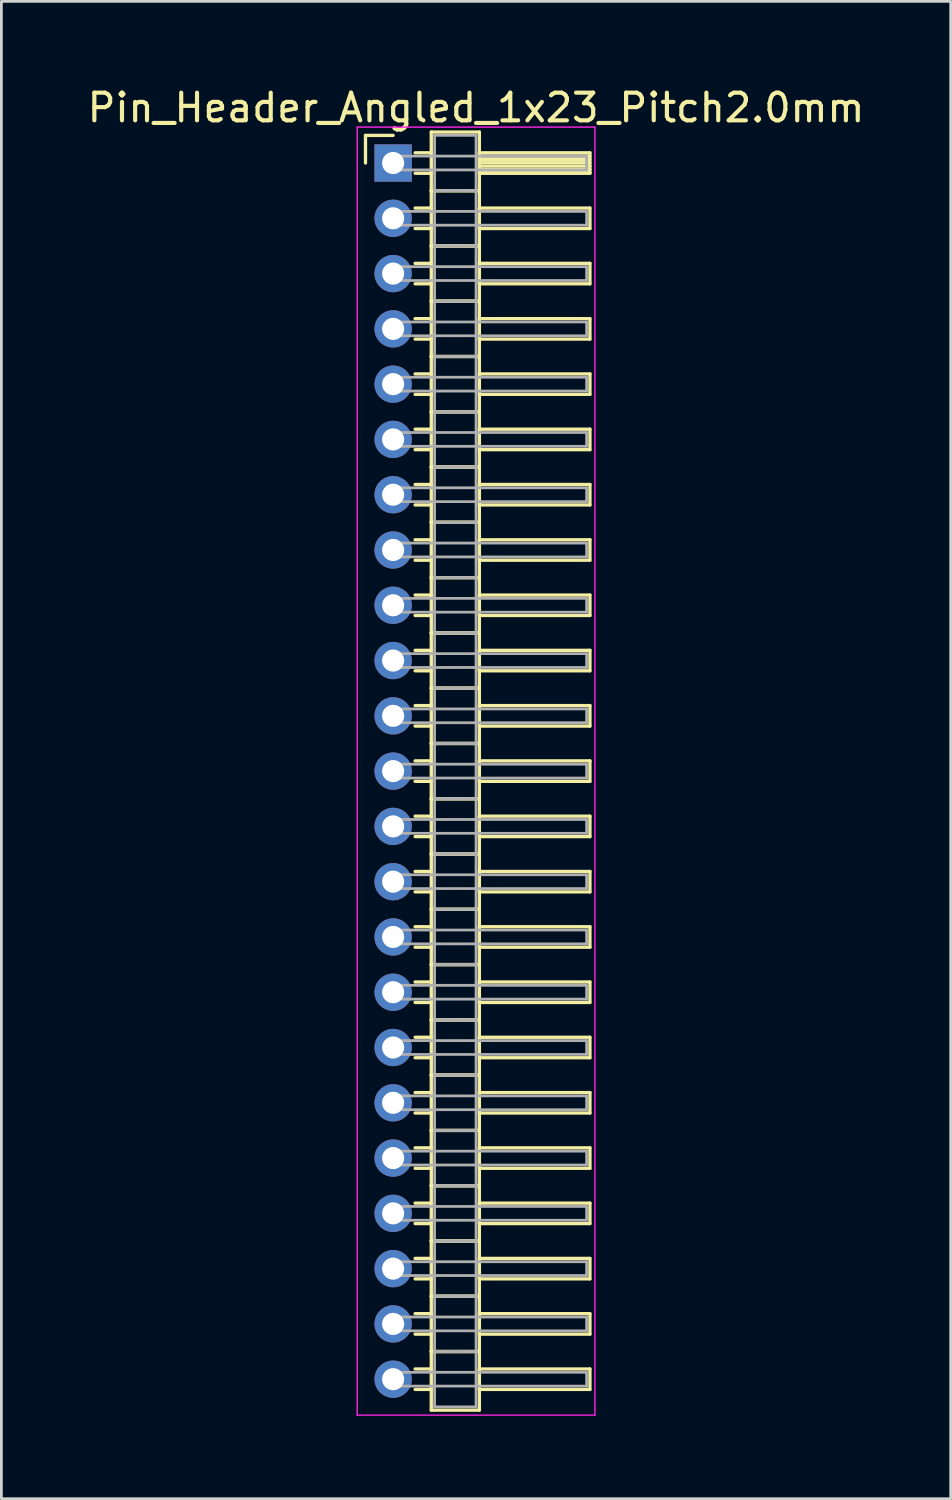
<source format=kicad_pcb>
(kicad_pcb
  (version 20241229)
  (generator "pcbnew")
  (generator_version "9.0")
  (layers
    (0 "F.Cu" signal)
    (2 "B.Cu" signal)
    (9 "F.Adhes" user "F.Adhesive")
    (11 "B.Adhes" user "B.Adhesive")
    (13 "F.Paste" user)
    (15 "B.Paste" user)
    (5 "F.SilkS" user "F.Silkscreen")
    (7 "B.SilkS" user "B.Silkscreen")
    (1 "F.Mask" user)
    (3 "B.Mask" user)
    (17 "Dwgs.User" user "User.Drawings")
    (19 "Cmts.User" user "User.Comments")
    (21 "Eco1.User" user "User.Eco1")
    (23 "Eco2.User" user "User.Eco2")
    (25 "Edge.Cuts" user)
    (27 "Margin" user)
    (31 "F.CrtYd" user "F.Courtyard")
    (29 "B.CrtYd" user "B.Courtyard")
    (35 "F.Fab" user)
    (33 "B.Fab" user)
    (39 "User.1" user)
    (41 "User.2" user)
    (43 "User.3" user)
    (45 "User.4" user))
  (footprint "Pin_Header_Angled_1x23_Pitch2.0mm"
    (layer "F.Cu")
    (at 11.173 2.848)
    (property "Reference" "Pin_Header_Angled_1x23_Pitch2.0mm" (at 3 -2 0) (layer "F.SilkS") (effects (font (size 1 1) (thickness 0.15))))
    (attr through_hole)
    (fp_line (start -1 -1) (end 0 -1) (stroke (width 0.12) (type solid)) (layer "F.SilkS"))
    (fp_line (start -1 0) (end -1 -1) (stroke (width 0.12) (type solid)) (layer "F.SilkS"))
    (fp_line (start 0.795 -0.37) (end 1.38 -0.37) (stroke (width 0.12) (type solid)) (layer "F.SilkS"))
    (fp_line (start 0.795 0.37) (end 1.38 0.37) (stroke (width 0.12) (type solid)) (layer "F.SilkS"))
    (fp_line (start 0.795 1.63) (end 1.38 1.63) (stroke (width 0.12) (type solid)) (layer "F.SilkS"))
    (fp_line (start 0.795 2.37) (end 1.38 2.37) (stroke (width 0.12) (type solid)) (layer "F.SilkS"))
    (fp_line (start 0.795 3.63) (end 1.38 3.63) (stroke (width 0.12) (type solid)) (layer "F.SilkS"))
    (fp_line (start 0.795 4.37) (end 1.38 4.37) (stroke (width 0.12) (type solid)) (layer "F.SilkS"))
    (fp_line (start 0.795 5.63) (end 1.38 5.63) (stroke (width 0.12) (type solid)) (layer "F.SilkS"))
    (fp_line (start 0.795 6.37) (end 1.38 6.37) (stroke (width 0.12) (type solid)) (layer "F.SilkS"))
    (fp_line (start 0.795 7.63) (end 1.38 7.63) (stroke (width 0.12) (type solid)) (layer "F.SilkS"))
    (fp_line (start 0.795 8.37) (end 1.38 8.37) (stroke (width 0.12) (type solid)) (layer "F.SilkS"))
    (fp_line (start 0.795 9.63) (end 1.38 9.63) (stroke (width 0.12) (type solid)) (layer "F.SilkS"))
    (fp_line (start 0.795 10.37) (end 1.38 10.37) (stroke (width 0.12) (type solid)) (layer "F.SilkS"))
    (fp_line (start 0.795 11.63) (end 1.38 11.63) (stroke (width 0.12) (type solid)) (layer "F.SilkS"))
    (fp_line (start 0.795 12.37) (end 1.38 12.37) (stroke (width 0.12) (type solid)) (layer "F.SilkS"))
    (fp_line (start 0.795 13.63) (end 1.38 13.63) (stroke (width 0.12) (type solid)) (layer "F.SilkS"))
    (fp_line (start 0.795 14.37) (end 1.38 14.37) (stroke (width 0.12) (type solid)) (layer "F.SilkS"))
    (fp_line (start 0.795 15.63) (end 1.38 15.63) (stroke (width 0.12) (type solid)) (layer "F.SilkS"))
    (fp_line (start 0.795 16.37) (end 1.38 16.37) (stroke (width 0.12) (type solid)) (layer "F.SilkS"))
    (fp_line (start 0.795 17.63) (end 1.38 17.63) (stroke (width 0.12) (type solid)) (layer "F.SilkS"))
    (fp_line (start 0.795 18.37) (end 1.38 18.37) (stroke (width 0.12) (type solid)) (layer "F.SilkS"))
    (fp_line (start 0.795 19.63) (end 1.38 19.63) (stroke (width 0.12) (type solid)) (layer "F.SilkS"))
    (fp_line (start 0.795 20.37) (end 1.38 20.37) (stroke (width 0.12) (type solid)) (layer "F.SilkS"))
    (fp_line (start 0.795 21.63) (end 1.38 21.63) (stroke (width 0.12) (type solid)) (layer "F.SilkS"))
    (fp_line (start 0.795 22.37) (end 1.38 22.37) (stroke (width 0.12) (type solid)) (layer "F.SilkS"))
    (fp_line (start 0.795 23.63) (end 1.38 23.63) (stroke (width 0.12) (type solid)) (layer "F.SilkS"))
    (fp_line (start 0.795 24.37) (end 1.38 24.37) (stroke (width 0.12) (type solid)) (layer "F.SilkS"))
    (fp_line (start 0.795 25.63) (end 1.38 25.63) (stroke (width 0.12) (type solid)) (layer "F.SilkS"))
    (fp_line (start 0.795 26.37) (end 1.38 26.37) (stroke (width 0.12) (type solid)) (layer "F.SilkS"))
    (fp_line (start 0.795 27.63) (end 1.38 27.63) (stroke (width 0.12) (type solid)) (layer "F.SilkS"))
    (fp_line (start 0.795 28.37) (end 1.38 28.37) (stroke (width 0.12) (type solid)) (layer "F.SilkS"))
    (fp_line (start 0.795 29.63) (end 1.38 29.63) (stroke (width 0.12) (type solid)) (layer "F.SilkS"))
    (fp_line (start 0.795 30.37) (end 1.38 30.37) (stroke (width 0.12) (type solid)) (layer "F.SilkS"))
    (fp_line (start 0.795 31.63) (end 1.38 31.63) (stroke (width 0.12) (type solid)) (layer "F.SilkS"))
    (fp_line (start 0.795 32.37) (end 1.38 32.37) (stroke (width 0.12) (type solid)) (layer "F.SilkS"))
    (fp_line (start 0.795 33.63) (end 1.38 33.63) (stroke (width 0.12) (type solid)) (layer "F.SilkS"))
    (fp_line (start 0.795 34.37) (end 1.38 34.37) (stroke (width 0.12) (type solid)) (layer "F.SilkS"))
    (fp_line (start 0.795 35.63) (end 1.38 35.63) (stroke (width 0.12) (type solid)) (layer "F.SilkS"))
    (fp_line (start 0.795 36.37) (end 1.38 36.37) (stroke (width 0.12) (type solid)) (layer "F.SilkS"))
    (fp_line (start 0.795 37.63) (end 1.38 37.63) (stroke (width 0.12) (type solid)) (layer "F.SilkS"))
    (fp_line (start 0.795 38.37) (end 1.38 38.37) (stroke (width 0.12) (type solid)) (layer "F.SilkS"))
    (fp_line (start 0.795 39.63) (end 1.38 39.63) (stroke (width 0.12) (type solid)) (layer "F.SilkS"))
    (fp_line (start 0.795 40.37) (end 1.38 40.37) (stroke (width 0.12) (type solid)) (layer "F.SilkS"))
    (fp_line (start 0.795 41.63) (end 1.38 41.63) (stroke (width 0.12) (type solid)) (layer "F.SilkS"))
    (fp_line (start 0.795 42.37) (end 1.38 42.37) (stroke (width 0.12) (type solid)) (layer "F.SilkS"))
    (fp_line (start 0.795 43.63) (end 1.38 43.63) (stroke (width 0.12) (type solid)) (layer "F.SilkS"))
    (fp_line (start 0.795 44.37) (end 1.38 44.37) (stroke (width 0.12) (type solid)) (layer "F.SilkS"))
    (fp_line (start 1.38 -1.12) (end 1.38 1) (stroke (width 0.12) (type solid)) (layer "F.SilkS"))
    (fp_line (start 1.38 1) (end 1.38 3) (stroke (width 0.12) (type solid)) (layer "F.SilkS"))
    (fp_line (start 1.38 1) (end 3.12 1) (stroke (width 0.12) (type solid)) (layer "F.SilkS"))
    (fp_line (start 1.38 3) (end 1.38 5) (stroke (width 0.12) (type solid)) (layer "F.SilkS"))
    (fp_line (start 1.38 3) (end 3.12 3) (stroke (width 0.12) (type solid)) (layer "F.SilkS"))
    (fp_line (start 1.38 5) (end 1.38 7) (stroke (width 0.12) (type solid)) (layer "F.SilkS"))
    (fp_line (start 1.38 5) (end 3.12 5) (stroke (width 0.12) (type solid)) (layer "F.SilkS"))
    (fp_line (start 1.38 7) (end 1.38 9) (stroke (width 0.12) (type solid)) (layer "F.SilkS"))
    (fp_line (start 1.38 7) (end 3.12 7) (stroke (width 0.12) (type solid)) (layer "F.SilkS"))
    (fp_line (start 1.38 9) (end 1.38 11) (stroke (width 0.12) (type solid)) (layer "F.SilkS"))
    (fp_line (start 1.38 9) (end 3.12 9) (stroke (width 0.12) (type solid)) (layer "F.SilkS"))
    (fp_line (start 1.38 11) (end 1.38 13) (stroke (width 0.12) (type solid)) (layer "F.SilkS"))
    (fp_line (start 1.38 11) (end 3.12 11) (stroke (width 0.12) (type solid)) (layer "F.SilkS"))
    (fp_line (start 1.38 13) (end 1.38 15) (stroke (width 0.12) (type solid)) (layer "F.SilkS"))
    (fp_line (start 1.38 13) (end 3.12 13) (stroke (width 0.12) (type solid)) (layer "F.SilkS"))
    (fp_line (start 1.38 15) (end 1.38 17) (stroke (width 0.12) (type solid)) (layer "F.SilkS"))
    (fp_line (start 1.38 15) (end 3.12 15) (stroke (width 0.12) (type solid)) (layer "F.SilkS"))
    (fp_line (start 1.38 17) (end 1.38 19) (stroke (width 0.12) (type solid)) (layer "F.SilkS"))
    (fp_line (start 1.38 17) (end 3.12 17) (stroke (width 0.12) (type solid)) (layer "F.SilkS"))
    (fp_line (start 1.38 19) (end 1.38 21) (stroke (width 0.12) (type solid)) (layer "F.SilkS"))
    (fp_line (start 1.38 19) (end 3.12 19) (stroke (width 0.12) (type solid)) (layer "F.SilkS"))
    (fp_line (start 1.38 21) (end 1.38 23) (stroke (width 0.12) (type solid)) (layer "F.SilkS"))
    (fp_line (start 1.38 21) (end 3.12 21) (stroke (width 0.12) (type solid)) (layer "F.SilkS"))
    (fp_line (start 1.38 23) (end 1.38 25) (stroke (width 0.12) (type solid)) (layer "F.SilkS"))
    (fp_line (start 1.38 23) (end 3.12 23) (stroke (width 0.12) (type solid)) (layer "F.SilkS"))
    (fp_line (start 1.38 25) (end 1.38 27) (stroke (width 0.12) (type solid)) (layer "F.SilkS"))
    (fp_line (start 1.38 25) (end 3.12 25) (stroke (width 0.12) (type solid)) (layer "F.SilkS"))
    (fp_line (start 1.38 27) (end 1.38 29) (stroke (width 0.12) (type solid)) (layer "F.SilkS"))
    (fp_line (start 1.38 27) (end 3.12 27) (stroke (width 0.12) (type solid)) (layer "F.SilkS"))
    (fp_line (start 1.38 29) (end 1.38 31) (stroke (width 0.12) (type solid)) (layer "F.SilkS"))
    (fp_line (start 1.38 29) (end 3.12 29) (stroke (width 0.12) (type solid)) (layer "F.SilkS"))
    (fp_line (start 1.38 31) (end 1.38 33) (stroke (width 0.12) (type solid)) (layer "F.SilkS"))
    (fp_line (start 1.38 31) (end 3.12 31) (stroke (width 0.12) (type solid)) (layer "F.SilkS"))
    (fp_line (start 1.38 33) (end 1.38 35) (stroke (width 0.12) (type solid)) (layer "F.SilkS"))
    (fp_line (start 1.38 33) (end 3.12 33) (stroke (width 0.12) (type solid)) (layer "F.SilkS"))
    (fp_line (start 1.38 35) (end 1.38 37) (stroke (width 0.12) (type solid)) (layer "F.SilkS"))
    (fp_line (start 1.38 35) (end 3.12 35) (stroke (width 0.12) (type solid)) (layer "F.SilkS"))
    (fp_line (start 1.38 37) (end 1.38 39) (stroke (width 0.12) (type solid)) (layer "F.SilkS"))
    (fp_line (start 1.38 37) (end 3.12 37) (stroke (width 0.12) (type solid)) (layer "F.SilkS"))
    (fp_line (start 1.38 39) (end 1.38 41) (stroke (width 0.12) (type solid)) (layer "F.SilkS"))
    (fp_line (start 1.38 39) (end 3.12 39) (stroke (width 0.12) (type solid)) (layer "F.SilkS"))
    (fp_line (start 1.38 41) (end 1.38 43) (stroke (width 0.12) (type solid)) (layer "F.SilkS"))
    (fp_line (start 1.38 41) (end 3.12 41) (stroke (width 0.12) (type solid)) (layer "F.SilkS"))
    (fp_line (start 1.38 43) (end 1.38 45.12) (stroke (width 0.12) (type solid)) (layer "F.SilkS"))
    (fp_line (start 1.38 43) (end 3.12 43) (stroke (width 0.12) (type solid)) (layer "F.SilkS"))
    (fp_line (start 1.38 45.12) (end 3.12 45.12) (stroke (width 0.12) (type solid)) (layer "F.SilkS"))
    (fp_line (start 3.12 -1.12) (end 1.38 -1.12) (stroke (width 0.12) (type solid)) (layer "F.SilkS"))
    (fp_line (start 3.12 -0.37) (end 3.12 0.37) (stroke (width 0.12) (type solid)) (layer "F.SilkS"))
    (fp_line (start 3.12 -0.25) (end 7.12 -0.25) (stroke (width 0.12) (type solid)) (layer "F.SilkS"))
    (fp_line (start 3.12 -0.13) (end 7.12 -0.13) (stroke (width 0.12) (type solid)) (layer "F.SilkS"))
    (fp_line (start 3.12 -0.01) (end 7.12 -0.01) (stroke (width 0.12) (type solid)) (layer "F.SilkS"))
    (fp_line (start 3.12 0.11) (end 7.12 0.11) (stroke (width 0.12) (type solid)) (layer "F.SilkS"))
    (fp_line (start 3.12 0.23) (end 7.12 0.23) (stroke (width 0.12) (type solid)) (layer "F.SilkS"))
    (fp_line (start 3.12 0.35) (end 7.12 0.35) (stroke (width 0.12) (type solid)) (layer "F.SilkS"))
    (fp_line (start 3.12 0.37) (end 7.12 0.37) (stroke (width 0.12) (type solid)) (layer "F.SilkS"))
    (fp_line (start 3.12 1) (end 1.38 1) (stroke (width 0.12) (type solid)) (layer "F.SilkS"))
    (fp_line (start 3.12 1) (end 3.12 -1.12) (stroke (width 0.12) (type solid)) (layer "F.SilkS"))
    (fp_line (start 3.12 1.63) (end 3.12 2.37) (stroke (width 0.12) (type solid)) (layer "F.SilkS"))
    (fp_line (start 3.12 2.37) (end 7.12 2.37) (stroke (width 0.12) (type solid)) (layer "F.SilkS"))
    (fp_line (start 3.12 3) (end 1.38 3) (stroke (width 0.12) (type solid)) (layer "F.SilkS"))
    (fp_line (start 3.12 3) (end 3.12 1) (stroke (width 0.12) (type solid)) (layer "F.SilkS"))
    (fp_line (start 3.12 3.63) (end 3.12 4.37) (stroke (width 0.12) (type solid)) (layer "F.SilkS"))
    (fp_line (start 3.12 4.37) (end 7.12 4.37) (stroke (width 0.12) (type solid)) (layer "F.SilkS"))
    (fp_line (start 3.12 5) (end 1.38 5) (stroke (width 0.12) (type solid)) (layer "F.SilkS"))
    (fp_line (start 3.12 5) (end 3.12 3) (stroke (width 0.12) (type solid)) (layer "F.SilkS"))
    (fp_line (start 3.12 5.63) (end 3.12 6.37) (stroke (width 0.12) (type solid)) (layer "F.SilkS"))
    (fp_line (start 3.12 6.37) (end 7.12 6.37) (stroke (width 0.12) (type solid)) (layer "F.SilkS"))
    (fp_line (start 3.12 7) (end 1.38 7) (stroke (width 0.12) (type solid)) (layer "F.SilkS"))
    (fp_line (start 3.12 7) (end 3.12 5) (stroke (width 0.12) (type solid)) (layer "F.SilkS"))
    (fp_line (start 3.12 7.63) (end 3.12 8.37) (stroke (width 0.12) (type solid)) (layer "F.SilkS"))
    (fp_line (start 3.12 8.37) (end 7.12 8.37) (stroke (width 0.12) (type solid)) (layer "F.SilkS"))
    (fp_line (start 3.12 9) (end 1.38 9) (stroke (width 0.12) (type solid)) (layer "F.SilkS"))
    (fp_line (start 3.12 9) (end 3.12 7) (stroke (width 0.12) (type solid)) (layer "F.SilkS"))
    (fp_line (start 3.12 9.63) (end 3.12 10.37) (stroke (width 0.12) (type solid)) (layer "F.SilkS"))
    (fp_line (start 3.12 10.37) (end 7.12 10.37) (stroke (width 0.12) (type solid)) (layer "F.SilkS"))
    (fp_line (start 3.12 11) (end 1.38 11) (stroke (width 0.12) (type solid)) (layer "F.SilkS"))
    (fp_line (start 3.12 11) (end 3.12 9) (stroke (width 0.12) (type solid)) (layer "F.SilkS"))
    (fp_line (start 3.12 11.63) (end 3.12 12.37) (stroke (width 0.12) (type solid)) (layer "F.SilkS"))
    (fp_line (start 3.12 12.37) (end 7.12 12.37) (stroke (width 0.12) (type solid)) (layer "F.SilkS"))
    (fp_line (start 3.12 13) (end 1.38 13) (stroke (width 0.12) (type solid)) (layer "F.SilkS"))
    (fp_line (start 3.12 13) (end 3.12 11) (stroke (width 0.12) (type solid)) (layer "F.SilkS"))
    (fp_line (start 3.12 13.63) (end 3.12 14.37) (stroke (width 0.12) (type solid)) (layer "F.SilkS"))
    (fp_line (start 3.12 14.37) (end 7.12 14.37) (stroke (width 0.12) (type solid)) (layer "F.SilkS"))
    (fp_line (start 3.12 15) (end 1.38 15) (stroke (width 0.12) (type solid)) (layer "F.SilkS"))
    (fp_line (start 3.12 15) (end 3.12 13) (stroke (width 0.12) (type solid)) (layer "F.SilkS"))
    (fp_line (start 3.12 15.63) (end 3.12 16.37) (stroke (width 0.12) (type solid)) (layer "F.SilkS"))
    (fp_line (start 3.12 16.37) (end 7.12 16.37) (stroke (width 0.12) (type solid)) (layer "F.SilkS"))
    (fp_line (start 3.12 17) (end 1.38 17) (stroke (width 0.12) (type solid)) (layer "F.SilkS"))
    (fp_line (start 3.12 17) (end 3.12 15) (stroke (width 0.12) (type solid)) (layer "F.SilkS"))
    (fp_line (start 3.12 17.63) (end 3.12 18.37) (stroke (width 0.12) (type solid)) (layer "F.SilkS"))
    (fp_line (start 3.12 18.37) (end 7.12 18.37) (stroke (width 0.12) (type solid)) (layer "F.SilkS"))
    (fp_line (start 3.12 19) (end 1.38 19) (stroke (width 0.12) (type solid)) (layer "F.SilkS"))
    (fp_line (start 3.12 19) (end 3.12 17) (stroke (width 0.12) (type solid)) (layer "F.SilkS"))
    (fp_line (start 3.12 19.63) (end 3.12 20.37) (stroke (width 0.12) (type solid)) (layer "F.SilkS"))
    (fp_line (start 3.12 20.37) (end 7.12 20.37) (stroke (width 0.12) (type solid)) (layer "F.SilkS"))
    (fp_line (start 3.12 21) (end 1.38 21) (stroke (width 0.12) (type solid)) (layer "F.SilkS"))
    (fp_line (start 3.12 21) (end 3.12 19) (stroke (width 0.12) (type solid)) (layer "F.SilkS"))
    (fp_line (start 3.12 21.63) (end 3.12 22.37) (stroke (width 0.12) (type solid)) (layer "F.SilkS"))
    (fp_line (start 3.12 22.37) (end 7.12 22.37) (stroke (width 0.12) (type solid)) (layer "F.SilkS"))
    (fp_line (start 3.12 23) (end 1.38 23) (stroke (width 0.12) (type solid)) (layer "F.SilkS"))
    (fp_line (start 3.12 23) (end 3.12 21) (stroke (width 0.12) (type solid)) (layer "F.SilkS"))
    (fp_line (start 3.12 23.63) (end 3.12 24.37) (stroke (width 0.12) (type solid)) (layer "F.SilkS"))
    (fp_line (start 3.12 24.37) (end 7.12 24.37) (stroke (width 0.12) (type solid)) (layer "F.SilkS"))
    (fp_line (start 3.12 25) (end 1.38 25) (stroke (width 0.12) (type solid)) (layer "F.SilkS"))
    (fp_line (start 3.12 25) (end 3.12 23) (stroke (width 0.12) (type solid)) (layer "F.SilkS"))
    (fp_line (start 3.12 25.63) (end 3.12 26.37) (stroke (width 0.12) (type solid)) (layer "F.SilkS"))
    (fp_line (start 3.12 26.37) (end 7.12 26.37) (stroke (width 0.12) (type solid)) (layer "F.SilkS"))
    (fp_line (start 3.12 27) (end 1.38 27) (stroke (width 0.12) (type solid)) (layer "F.SilkS"))
    (fp_line (start 3.12 27) (end 3.12 25) (stroke (width 0.12) (type solid)) (layer "F.SilkS"))
    (fp_line (start 3.12 27.63) (end 3.12 28.37) (stroke (width 0.12) (type solid)) (layer "F.SilkS"))
    (fp_line (start 3.12 28.37) (end 7.12 28.37) (stroke (width 0.12) (type solid)) (layer "F.SilkS"))
    (fp_line (start 3.12 29) (end 1.38 29) (stroke (width 0.12) (type solid)) (layer "F.SilkS"))
    (fp_line (start 3.12 29) (end 3.12 27) (stroke (width 0.12) (type solid)) (layer "F.SilkS"))
    (fp_line (start 3.12 29.63) (end 3.12 30.37) (stroke (width 0.12) (type solid)) (layer "F.SilkS"))
    (fp_line (start 3.12 30.37) (end 7.12 30.37) (stroke (width 0.12) (type solid)) (layer "F.SilkS"))
    (fp_line (start 3.12 31) (end 1.38 31) (stroke (width 0.12) (type solid)) (layer "F.SilkS"))
    (fp_line (start 3.12 31) (end 3.12 29) (stroke (width 0.12) (type solid)) (layer "F.SilkS"))
    (fp_line (start 3.12 31.63) (end 3.12 32.37) (stroke (width 0.12) (type solid)) (layer "F.SilkS"))
    (fp_line (start 3.12 32.37) (end 7.12 32.37) (stroke (width 0.12) (type solid)) (layer "F.SilkS"))
    (fp_line (start 3.12 33) (end 1.38 33) (stroke (width 0.12) (type solid)) (layer "F.SilkS"))
    (fp_line (start 3.12 33) (end 3.12 31) (stroke (width 0.12) (type solid)) (layer "F.SilkS"))
    (fp_line (start 3.12 33.63) (end 3.12 34.37) (stroke (width 0.12) (type solid)) (layer "F.SilkS"))
    (fp_line (start 3.12 34.37) (end 7.12 34.37) (stroke (width 0.12) (type solid)) (layer "F.SilkS"))
    (fp_line (start 3.12 35) (end 1.38 35) (stroke (width 0.12) (type solid)) (layer "F.SilkS"))
    (fp_line (start 3.12 35) (end 3.12 33) (stroke (width 0.12) (type solid)) (layer "F.SilkS"))
    (fp_line (start 3.12 35.63) (end 3.12 36.37) (stroke (width 0.12) (type solid)) (layer "F.SilkS"))
    (fp_line (start 3.12 36.37) (end 7.12 36.37) (stroke (width 0.12) (type solid)) (layer "F.SilkS"))
    (fp_line (start 3.12 37) (end 1.38 37) (stroke (width 0.12) (type solid)) (layer "F.SilkS"))
    (fp_line (start 3.12 37) (end 3.12 35) (stroke (width 0.12) (type solid)) (layer "F.SilkS"))
    (fp_line (start 3.12 37.63) (end 3.12 38.37) (stroke (width 0.12) (type solid)) (layer "F.SilkS"))
    (fp_line (start 3.12 38.37) (end 7.12 38.37) (stroke (width 0.12) (type solid)) (layer "F.SilkS"))
    (fp_line (start 3.12 39) (end 1.38 39) (stroke (width 0.12) (type solid)) (layer "F.SilkS"))
    (fp_line (start 3.12 39) (end 3.12 37) (stroke (width 0.12) (type solid)) (layer "F.SilkS"))
    (fp_line (start 3.12 39.63) (end 3.12 40.37) (stroke (width 0.12) (type solid)) (layer "F.SilkS"))
    (fp_line (start 3.12 40.37) (end 7.12 40.37) (stroke (width 0.12) (type solid)) (layer "F.SilkS"))
    (fp_line (start 3.12 41) (end 1.38 41) (stroke (width 0.12) (type solid)) (layer "F.SilkS"))
    (fp_line (start 3.12 41) (end 3.12 39) (stroke (width 0.12) (type solid)) (layer "F.SilkS"))
    (fp_line (start 3.12 41.63) (end 3.12 42.37) (stroke (width 0.12) (type solid)) (layer "F.SilkS"))
    (fp_line (start 3.12 42.37) (end 7.12 42.37) (stroke (width 0.12) (type solid)) (layer "F.SilkS"))
    (fp_line (start 3.12 43) (end 1.38 43) (stroke (width 0.12) (type solid)) (layer "F.SilkS"))
    (fp_line (start 3.12 43) (end 3.12 41) (stroke (width 0.12) (type solid)) (layer "F.SilkS"))
    (fp_line (start 3.12 43.63) (end 3.12 44.37) (stroke (width 0.12) (type solid)) (layer "F.SilkS"))
    (fp_line (start 3.12 44.37) (end 7.12 44.37) (stroke (width 0.12) (type solid)) (layer "F.SilkS"))
    (fp_line (start 3.12 45.12) (end 3.12 43) (stroke (width 0.12) (type solid)) (layer "F.SilkS"))
    (fp_line (start 7.12 -0.37) (end 3.12 -0.37) (stroke (width 0.12) (type solid)) (layer "F.SilkS"))
    (fp_line (start 7.12 0.37) (end 7.12 -0.37) (stroke (width 0.12) (type solid)) (layer "F.SilkS"))
    (fp_line (start 7.12 1.63) (end 3.12 1.63) (stroke (width 0.12) (type solid)) (layer "F.SilkS"))
    (fp_line (start 7.12 2.37) (end 7.12 1.63) (stroke (width 0.12) (type solid)) (layer "F.SilkS"))
    (fp_line (start 7.12 3.63) (end 3.12 3.63) (stroke (width 0.12) (type solid)) (layer "F.SilkS"))
    (fp_line (start 7.12 4.37) (end 7.12 3.63) (stroke (width 0.12) (type solid)) (layer "F.SilkS"))
    (fp_line (start 7.12 5.63) (end 3.12 5.63) (stroke (width 0.12) (type solid)) (layer "F.SilkS"))
    (fp_line (start 7.12 6.37) (end 7.12 5.63) (stroke (width 0.12) (type solid)) (layer "F.SilkS"))
    (fp_line (start 7.12 7.63) (end 3.12 7.63) (stroke (width 0.12) (type solid)) (layer "F.SilkS"))
    (fp_line (start 7.12 8.37) (end 7.12 7.63) (stroke (width 0.12) (type solid)) (layer "F.SilkS"))
    (fp_line (start 7.12 9.63) (end 3.12 9.63) (stroke (width 0.12) (type solid)) (layer "F.SilkS"))
    (fp_line (start 7.12 10.37) (end 7.12 9.63) (stroke (width 0.12) (type solid)) (layer "F.SilkS"))
    (fp_line (start 7.12 11.63) (end 3.12 11.63) (stroke (width 0.12) (type solid)) (layer "F.SilkS"))
    (fp_line (start 7.12 12.37) (end 7.12 11.63) (stroke (width 0.12) (type solid)) (layer "F.SilkS"))
    (fp_line (start 7.12 13.63) (end 3.12 13.63) (stroke (width 0.12) (type solid)) (layer "F.SilkS"))
    (fp_line (start 7.12 14.37) (end 7.12 13.63) (stroke (width 0.12) (type solid)) (layer "F.SilkS"))
    (fp_line (start 7.12 15.63) (end 3.12 15.63) (stroke (width 0.12) (type solid)) (layer "F.SilkS"))
    (fp_line (start 7.12 16.37) (end 7.12 15.63) (stroke (width 0.12) (type solid)) (layer "F.SilkS"))
    (fp_line (start 7.12 17.63) (end 3.12 17.63) (stroke (width 0.12) (type solid)) (layer "F.SilkS"))
    (fp_line (start 7.12 18.37) (end 7.12 17.63) (stroke (width 0.12) (type solid)) (layer "F.SilkS"))
    (fp_line (start 7.12 19.63) (end 3.12 19.63) (stroke (width 0.12) (type solid)) (layer "F.SilkS"))
    (fp_line (start 7.12 20.37) (end 7.12 19.63) (stroke (width 0.12) (type solid)) (layer "F.SilkS"))
    (fp_line (start 7.12 21.63) (end 3.12 21.63) (stroke (width 0.12) (type solid)) (layer "F.SilkS"))
    (fp_line (start 7.12 22.37) (end 7.12 21.63) (stroke (width 0.12) (type solid)) (layer "F.SilkS"))
    (fp_line (start 7.12 23.63) (end 3.12 23.63) (stroke (width 0.12) (type solid)) (layer "F.SilkS"))
    (fp_line (start 7.12 24.37) (end 7.12 23.63) (stroke (width 0.12) (type solid)) (layer "F.SilkS"))
    (fp_line (start 7.12 25.63) (end 3.12 25.63) (stroke (width 0.12) (type solid)) (layer "F.SilkS"))
    (fp_line (start 7.12 26.37) (end 7.12 25.63) (stroke (width 0.12) (type solid)) (layer "F.SilkS"))
    (fp_line (start 7.12 27.63) (end 3.12 27.63) (stroke (width 0.12) (type solid)) (layer "F.SilkS"))
    (fp_line (start 7.12 28.37) (end 7.12 27.63) (stroke (width 0.12) (type solid)) (layer "F.SilkS"))
    (fp_line (start 7.12 29.63) (end 3.12 29.63) (stroke (width 0.12) (type solid)) (layer "F.SilkS"))
    (fp_line (start 7.12 30.37) (end 7.12 29.63) (stroke (width 0.12) (type solid)) (layer "F.SilkS"))
    (fp_line (start 7.12 31.63) (end 3.12 31.63) (stroke (width 0.12) (type solid)) (layer "F.SilkS"))
    (fp_line (start 7.12 32.37) (end 7.12 31.63) (stroke (width 0.12) (type solid)) (layer "F.SilkS"))
    (fp_line (start 7.12 33.63) (end 3.12 33.63) (stroke (width 0.12) (type solid)) (layer "F.SilkS"))
    (fp_line (start 7.12 34.37) (end 7.12 33.63) (stroke (width 0.12) (type solid)) (layer "F.SilkS"))
    (fp_line (start 7.12 35.63) (end 3.12 35.63) (stroke (width 0.12) (type solid)) (layer "F.SilkS"))
    (fp_line (start 7.12 36.37) (end 7.12 35.63) (stroke (width 0.12) (type solid)) (layer "F.SilkS"))
    (fp_line (start 7.12 37.63) (end 3.12 37.63) (stroke (width 0.12) (type solid)) (layer "F.SilkS"))
    (fp_line (start 7.12 38.37) (end 7.12 37.63) (stroke (width 0.12) (type solid)) (layer "F.SilkS"))
    (fp_line (start 7.12 39.63) (end 3.12 39.63) (stroke (width 0.12) (type solid)) (layer "F.SilkS"))
    (fp_line (start 7.12 40.37) (end 7.12 39.63) (stroke (width 0.12) (type solid)) (layer "F.SilkS"))
    (fp_line (start 7.12 41.63) (end 3.12 41.63) (stroke (width 0.12) (type solid)) (layer "F.SilkS"))
    (fp_line (start 7.12 42.37) (end 7.12 41.63) (stroke (width 0.12) (type solid)) (layer "F.SilkS"))
    (fp_line (start 7.12 43.63) (end 3.12 43.63) (stroke (width 0.12) (type solid)) (layer "F.SilkS"))
    (fp_line (start 7.12 44.37) (end 7.12 43.63) (stroke (width 0.12) (type solid)) (layer "F.SilkS"))
    (fp_line (start -1.3 -1.3) (end -1.3 45.3) (stroke (width 0.05) (type solid)) (layer "F.CrtYd"))
    (fp_line (start -1.3 45.3) (end 7.3 45.3) (stroke (width 0.05) (type solid)) (layer "F.CrtYd"))
    (fp_line (start 7.3 -1.3) (end -1.3 -1.3) (stroke (width 0.05) (type solid)) (layer "F.CrtYd"))
    (fp_line (start 7.3 45.3) (end 7.3 -1.3) (stroke (width 0.05) (type solid)) (layer "F.CrtYd"))
    (fp_line (start 0 -0.25) (end 0 0.25) (stroke (width 0.1) (type solid)) (layer "F.Fab"))
    (fp_line (start 0 0.25) (end 7 0.25) (stroke (width 0.1) (type solid)) (layer "F.Fab"))
    (fp_line (start 0 1.75) (end 0 2.25) (stroke (width 0.1) (type solid)) (layer "F.Fab"))
    (fp_line (start 0 2.25) (end 7 2.25) (stroke (width 0.1) (type solid)) (layer "F.Fab"))
    (fp_line (start 0 3.75) (end 0 4.25) (stroke (width 0.1) (type solid)) (layer "F.Fab"))
    (fp_line (start 0 4.25) (end 7 4.25) (stroke (width 0.1) (type solid)) (layer "F.Fab"))
    (fp_line (start 0 5.75) (end 0 6.25) (stroke (width 0.1) (type solid)) (layer "F.Fab"))
    (fp_line (start 0 6.25) (end 7 6.25) (stroke (width 0.1) (type solid)) (layer "F.Fab"))
    (fp_line (start 0 7.75) (end 0 8.25) (stroke (width 0.1) (type solid)) (layer "F.Fab"))
    (fp_line (start 0 8.25) (end 7 8.25) (stroke (width 0.1) (type solid)) (layer "F.Fab"))
    (fp_line (start 0 9.75) (end 0 10.25) (stroke (width 0.1) (type solid)) (layer "F.Fab"))
    (fp_line (start 0 10.25) (end 7 10.25) (stroke (width 0.1) (type solid)) (layer "F.Fab"))
    (fp_line (start 0 11.75) (end 0 12.25) (stroke (width 0.1) (type solid)) (layer "F.Fab"))
    (fp_line (start 0 12.25) (end 7 12.25) (stroke (width 0.1) (type solid)) (layer "F.Fab"))
    (fp_line (start 0 13.75) (end 0 14.25) (stroke (width 0.1) (type solid)) (layer "F.Fab"))
    (fp_line (start 0 14.25) (end 7 14.25) (stroke (width 0.1) (type solid)) (layer "F.Fab"))
    (fp_line (start 0 15.75) (end 0 16.25) (stroke (width 0.1) (type solid)) (layer "F.Fab"))
    (fp_line (start 0 16.25) (end 7 16.25) (stroke (width 0.1) (type solid)) (layer "F.Fab"))
    (fp_line (start 0 17.75) (end 0 18.25) (stroke (width 0.1) (type solid)) (layer "F.Fab"))
    (fp_line (start 0 18.25) (end 7 18.25) (stroke (width 0.1) (type solid)) (layer "F.Fab"))
    (fp_line (start 0 19.75) (end 0 20.25) (stroke (width 0.1) (type solid)) (layer "F.Fab"))
    (fp_line (start 0 20.25) (end 7 20.25) (stroke (width 0.1) (type solid)) (layer "F.Fab"))
    (fp_line (start 0 21.75) (end 0 22.25) (stroke (width 0.1) (type solid)) (layer "F.Fab"))
    (fp_line (start 0 22.25) (end 7 22.25) (stroke (width 0.1) (type solid)) (layer "F.Fab"))
    (fp_line (start 0 23.75) (end 0 24.25) (stroke (width 0.1) (type solid)) (layer "F.Fab"))
    (fp_line (start 0 24.25) (end 7 24.25) (stroke (width 0.1) (type solid)) (layer "F.Fab"))
    (fp_line (start 0 25.75) (end 0 26.25) (stroke (width 0.1) (type solid)) (layer "F.Fab"))
    (fp_line (start 0 26.25) (end 7 26.25) (stroke (width 0.1) (type solid)) (layer "F.Fab"))
    (fp_line (start 0 27.75) (end 0 28.25) (stroke (width 0.1) (type solid)) (layer "F.Fab"))
    (fp_line (start 0 28.25) (end 7 28.25) (stroke (width 0.1) (type solid)) (layer "F.Fab"))
    (fp_line (start 0 29.75) (end 0 30.25) (stroke (width 0.1) (type solid)) (layer "F.Fab"))
    (fp_line (start 0 30.25) (end 7 30.25) (stroke (width 0.1) (type solid)) (layer "F.Fab"))
    (fp_line (start 0 31.75) (end 0 32.25) (stroke (width 0.1) (type solid)) (layer "F.Fab"))
    (fp_line (start 0 32.25) (end 7 32.25) (stroke (width 0.1) (type solid)) (layer "F.Fab"))
    (fp_line (start 0 33.75) (end 0 34.25) (stroke (width 0.1) (type solid)) (layer "F.Fab"))
    (fp_line (start 0 34.25) (end 7 34.25) (stroke (width 0.1) (type solid)) (layer "F.Fab"))
    (fp_line (start 0 35.75) (end 0 36.25) (stroke (width 0.1) (type solid)) (layer "F.Fab"))
    (fp_line (start 0 36.25) (end 7 36.25) (stroke (width 0.1) (type solid)) (layer "F.Fab"))
    (fp_line (start 0 37.75) (end 0 38.25) (stroke (width 0.1) (type solid)) (layer "F.Fab"))
    (fp_line (start 0 38.25) (end 7 38.25) (stroke (width 0.1) (type solid)) (layer "F.Fab"))
    (fp_line (start 0 39.75) (end 0 40.25) (stroke (width 0.1) (type solid)) (layer "F.Fab"))
    (fp_line (start 0 40.25) (end 7 40.25) (stroke (width 0.1) (type solid)) (layer "F.Fab"))
    (fp_line (start 0 41.75) (end 0 42.25) (stroke (width 0.1) (type solid)) (layer "F.Fab"))
    (fp_line (start 0 42.25) (end 7 42.25) (stroke (width 0.1) (type solid)) (layer "F.Fab"))
    (fp_line (start 0 43.75) (end 0 44.25) (stroke (width 0.1) (type solid)) (layer "F.Fab"))
    (fp_line (start 0 44.25) (end 7 44.25) (stroke (width 0.1) (type solid)) (layer "F.Fab"))
    (fp_line (start 1.5 -1) (end 1.5 1) (stroke (width 0.1) (type solid)) (layer "F.Fab"))
    (fp_line (start 1.5 1) (end 1.5 3) (stroke (width 0.1) (type solid)) (layer "F.Fab"))
    (fp_line (start 1.5 1) (end 3 1) (stroke (width 0.1) (type solid)) (layer "F.Fab"))
    (fp_line (start 1.5 3) (end 1.5 5) (stroke (width 0.1) (type solid)) (layer "F.Fab"))
    (fp_line (start 1.5 3) (end 3 3) (stroke (width 0.1) (type solid)) (layer "F.Fab"))
    (fp_line (start 1.5 5) (end 1.5 7) (stroke (width 0.1) (type solid)) (layer "F.Fab"))
    (fp_line (start 1.5 5) (end 3 5) (stroke (width 0.1) (type solid)) (layer "F.Fab"))
    (fp_line (start 1.5 7) (end 1.5 9) (stroke (width 0.1) (type solid)) (layer "F.Fab"))
    (fp_line (start 1.5 7) (end 3 7) (stroke (width 0.1) (type solid)) (layer "F.Fab"))
    (fp_line (start 1.5 9) (end 1.5 11) (stroke (width 0.1) (type solid)) (layer "F.Fab"))
    (fp_line (start 1.5 9) (end 3 9) (stroke (width 0.1) (type solid)) (layer "F.Fab"))
    (fp_line (start 1.5 11) (end 1.5 13) (stroke (width 0.1) (type solid)) (layer "F.Fab"))
    (fp_line (start 1.5 11) (end 3 11) (stroke (width 0.1) (type solid)) (layer "F.Fab"))
    (fp_line (start 1.5 13) (end 1.5 15) (stroke (width 0.1) (type solid)) (layer "F.Fab"))
    (fp_line (start 1.5 13) (end 3 13) (stroke (width 0.1) (type solid)) (layer "F.Fab"))
    (fp_line (start 1.5 15) (end 1.5 17) (stroke (width 0.1) (type solid)) (layer "F.Fab"))
    (fp_line (start 1.5 15) (end 3 15) (stroke (width 0.1) (type solid)) (layer "F.Fab"))
    (fp_line (start 1.5 17) (end 1.5 19) (stroke (width 0.1) (type solid)) (layer "F.Fab"))
    (fp_line (start 1.5 17) (end 3 17) (stroke (width 0.1) (type solid)) (layer "F.Fab"))
    (fp_line (start 1.5 19) (end 1.5 21) (stroke (width 0.1) (type solid)) (layer "F.Fab"))
    (fp_line (start 1.5 19) (end 3 19) (stroke (width 0.1) (type solid)) (layer "F.Fab"))
    (fp_line (start 1.5 21) (end 1.5 23) (stroke (width 0.1) (type solid)) (layer "F.Fab"))
    (fp_line (start 1.5 21) (end 3 21) (stroke (width 0.1) (type solid)) (layer "F.Fab"))
    (fp_line (start 1.5 23) (end 1.5 25) (stroke (width 0.1) (type solid)) (layer "F.Fab"))
    (fp_line (start 1.5 23) (end 3 23) (stroke (width 0.1) (type solid)) (layer "F.Fab"))
    (fp_line (start 1.5 25) (end 1.5 27) (stroke (width 0.1) (type solid)) (layer "F.Fab"))
    (fp_line (start 1.5 25) (end 3 25) (stroke (width 0.1) (type solid)) (layer "F.Fab"))
    (fp_line (start 1.5 27) (end 1.5 29) (stroke (width 0.1) (type solid)) (layer "F.Fab"))
    (fp_line (start 1.5 27) (end 3 27) (stroke (width 0.1) (type solid)) (layer "F.Fab"))
    (fp_line (start 1.5 29) (end 1.5 31) (stroke (width 0.1) (type solid)) (layer "F.Fab"))
    (fp_line (start 1.5 29) (end 3 29) (stroke (width 0.1) (type solid)) (layer "F.Fab"))
    (fp_line (start 1.5 31) (end 1.5 33) (stroke (width 0.1) (type solid)) (layer "F.Fab"))
    (fp_line (start 1.5 31) (end 3 31) (stroke (width 0.1) (type solid)) (layer "F.Fab"))
    (fp_line (start 1.5 33) (end 1.5 35) (stroke (width 0.1) (type solid)) (layer "F.Fab"))
    (fp_line (start 1.5 33) (end 3 33) (stroke (width 0.1) (type solid)) (layer "F.Fab"))
    (fp_line (start 1.5 35) (end 1.5 37) (stroke (width 0.1) (type solid)) (layer "F.Fab"))
    (fp_line (start 1.5 35) (end 3 35) (stroke (width 0.1) (type solid)) (layer "F.Fab"))
    (fp_line (start 1.5 37) (end 1.5 39) (stroke (width 0.1) (type solid)) (layer "F.Fab"))
    (fp_line (start 1.5 37) (end 3 37) (stroke (width 0.1) (type solid)) (layer "F.Fab"))
    (fp_line (start 1.5 39) (end 1.5 41) (stroke (width 0.1) (type solid)) (layer "F.Fab"))
    (fp_line (start 1.5 39) (end 3 39) (stroke (width 0.1) (type solid)) (layer "F.Fab"))
    (fp_line (start 1.5 41) (end 1.5 43) (stroke (width 0.1) (type solid)) (layer "F.Fab"))
    (fp_line (start 1.5 41) (end 3 41) (stroke (width 0.1) (type solid)) (layer "F.Fab"))
    (fp_line (start 1.5 43) (end 1.5 45) (stroke (width 0.1) (type solid)) (layer "F.Fab"))
    (fp_line (start 1.5 43) (end 3 43) (stroke (width 0.1) (type solid)) (layer "F.Fab"))
    (fp_line (start 1.5 45) (end 3 45) (stroke (width 0.1) (type solid)) (layer "F.Fab"))
    (fp_line (start 3 -1) (end 1.5 -1) (stroke (width 0.1) (type solid)) (layer "F.Fab"))
    (fp_line (start 3 1) (end 1.5 1) (stroke (width 0.1) (type solid)) (layer "F.Fab"))
    (fp_line (start 3 1) (end 3 -1) (stroke (width 0.1) (type solid)) (layer "F.Fab"))
    (fp_line (start 3 3) (end 1.5 3) (stroke (width 0.1) (type solid)) (layer "F.Fab"))
    (fp_line (start 3 3) (end 3 1) (stroke (width 0.1) (type solid)) (layer "F.Fab"))
    (fp_line (start 3 5) (end 1.5 5) (stroke (width 0.1) (type solid)) (layer "F.Fab"))
    (fp_line (start 3 5) (end 3 3) (stroke (width 0.1) (type solid)) (layer "F.Fab"))
    (fp_line (start 3 7) (end 1.5 7) (stroke (width 0.1) (type solid)) (layer "F.Fab"))
    (fp_line (start 3 7) (end 3 5) (stroke (width 0.1) (type solid)) (layer "F.Fab"))
    (fp_line (start 3 9) (end 1.5 9) (stroke (width 0.1) (type solid)) (layer "F.Fab"))
    (fp_line (start 3 9) (end 3 7) (stroke (width 0.1) (type solid)) (layer "F.Fab"))
    (fp_line (start 3 11) (end 1.5 11) (stroke (width 0.1) (type solid)) (layer "F.Fab"))
    (fp_line (start 3 11) (end 3 9) (stroke (width 0.1) (type solid)) (layer "F.Fab"))
    (fp_line (start 3 13) (end 1.5 13) (stroke (width 0.1) (type solid)) (layer "F.Fab"))
    (fp_line (start 3 13) (end 3 11) (stroke (width 0.1) (type solid)) (layer "F.Fab"))
    (fp_line (start 3 15) (end 1.5 15) (stroke (width 0.1) (type solid)) (layer "F.Fab"))
    (fp_line (start 3 15) (end 3 13) (stroke (width 0.1) (type solid)) (layer "F.Fab"))
    (fp_line (start 3 17) (end 1.5 17) (stroke (width 0.1) (type solid)) (layer "F.Fab"))
    (fp_line (start 3 17) (end 3 15) (stroke (width 0.1) (type solid)) (layer "F.Fab"))
    (fp_line (start 3 19) (end 1.5 19) (stroke (width 0.1) (type solid)) (layer "F.Fab"))
    (fp_line (start 3 19) (end 3 17) (stroke (width 0.1) (type solid)) (layer "F.Fab"))
    (fp_line (start 3 21) (end 1.5 21) (stroke (width 0.1) (type solid)) (layer "F.Fab"))
    (fp_line (start 3 21) (end 3 19) (stroke (width 0.1) (type solid)) (layer "F.Fab"))
    (fp_line (start 3 23) (end 1.5 23) (stroke (width 0.1) (type solid)) (layer "F.Fab"))
    (fp_line (start 3 23) (end 3 21) (stroke (width 0.1) (type solid)) (layer "F.Fab"))
    (fp_line (start 3 25) (end 1.5 25) (stroke (width 0.1) (type solid)) (layer "F.Fab"))
    (fp_line (start 3 25) (end 3 23) (stroke (width 0.1) (type solid)) (layer "F.Fab"))
    (fp_line (start 3 27) (end 1.5 27) (stroke (width 0.1) (type solid)) (layer "F.Fab"))
    (fp_line (start 3 27) (end 3 25) (stroke (width 0.1) (type solid)) (layer "F.Fab"))
    (fp_line (start 3 29) (end 1.5 29) (stroke (width 0.1) (type solid)) (layer "F.Fab"))
    (fp_line (start 3 29) (end 3 27) (stroke (width 0.1) (type solid)) (layer "F.Fab"))
    (fp_line (start 3 31) (end 1.5 31) (stroke (width 0.1) (type solid)) (layer "F.Fab"))
    (fp_line (start 3 31) (end 3 29) (stroke (width 0.1) (type solid)) (layer "F.Fab"))
    (fp_line (start 3 33) (end 1.5 33) (stroke (width 0.1) (type solid)) (layer "F.Fab"))
    (fp_line (start 3 33) (end 3 31) (stroke (width 0.1) (type solid)) (layer "F.Fab"))
    (fp_line (start 3 35) (end 1.5 35) (stroke (width 0.1) (type solid)) (layer "F.Fab"))
    (fp_line (start 3 35) (end 3 33) (stroke (width 0.1) (type solid)) (layer "F.Fab"))
    (fp_line (start 3 37) (end 1.5 37) (stroke (width 0.1) (type solid)) (layer "F.Fab"))
    (fp_line (start 3 37) (end 3 35) (stroke (width 0.1) (type solid)) (layer "F.Fab"))
    (fp_line (start 3 39) (end 1.5 39) (stroke (width 0.1) (type solid)) (layer "F.Fab"))
    (fp_line (start 3 39) (end 3 37) (stroke (width 0.1) (type solid)) (layer "F.Fab"))
    (fp_line (start 3 41) (end 1.5 41) (stroke (width 0.1) (type solid)) (layer "F.Fab"))
    (fp_line (start 3 41) (end 3 39) (stroke (width 0.1) (type solid)) (layer "F.Fab"))
    (fp_line (start 3 43) (end 1.5 43) (stroke (width 0.1) (type solid)) (layer "F.Fab"))
    (fp_line (start 3 43) (end 3 41) (stroke (width 0.1) (type solid)) (layer "F.Fab"))
    (fp_line (start 3 45) (end 3 43) (stroke (width 0.1) (type solid)) (layer "F.Fab"))
    (fp_line (start 7 -0.25) (end 0 -0.25) (stroke (width 0.1) (type solid)) (layer "F.Fab"))
    (fp_line (start 7 0.25) (end 7 -0.25) (stroke (width 0.1) (type solid)) (layer "F.Fab"))
    (fp_line (start 7 1.75) (end 0 1.75) (stroke (width 0.1) (type solid)) (layer "F.Fab"))
    (fp_line (start 7 2.25) (end 7 1.75) (stroke (width 0.1) (type solid)) (layer "F.Fab"))
    (fp_line (start 7 3.75) (end 0 3.75) (stroke (width 0.1) (type solid)) (layer "F.Fab"))
    (fp_line (start 7 4.25) (end 7 3.75) (stroke (width 0.1) (type solid)) (layer "F.Fab"))
    (fp_line (start 7 5.75) (end 0 5.75) (stroke (width 0.1) (type solid)) (layer "F.Fab"))
    (fp_line (start 7 6.25) (end 7 5.75) (stroke (width 0.1) (type solid)) (layer "F.Fab"))
    (fp_line (start 7 7.75) (end 0 7.75) (stroke (width 0.1) (type solid)) (layer "F.Fab"))
    (fp_line (start 7 8.25) (end 7 7.75) (stroke (width 0.1) (type solid)) (layer "F.Fab"))
    (fp_line (start 7 9.75) (end 0 9.75) (stroke (width 0.1) (type solid)) (layer "F.Fab"))
    (fp_line (start 7 10.25) (end 7 9.75) (stroke (width 0.1) (type solid)) (layer "F.Fab"))
    (fp_line (start 7 11.75) (end 0 11.75) (stroke (width 0.1) (type solid)) (layer "F.Fab"))
    (fp_line (start 7 12.25) (end 7 11.75) (stroke (width 0.1) (type solid)) (layer "F.Fab"))
    (fp_line (start 7 13.75) (end 0 13.75) (stroke (width 0.1) (type solid)) (layer "F.Fab"))
    (fp_line (start 7 14.25) (end 7 13.75) (stroke (width 0.1) (type solid)) (layer "F.Fab"))
    (fp_line (start 7 15.75) (end 0 15.75) (stroke (width 0.1) (type solid)) (layer "F.Fab"))
    (fp_line (start 7 16.25) (end 7 15.75) (stroke (width 0.1) (type solid)) (layer "F.Fab"))
    (fp_line (start 7 17.75) (end 0 17.75) (stroke (width 0.1) (type solid)) (layer "F.Fab"))
    (fp_line (start 7 18.25) (end 7 17.75) (stroke (width 0.1) (type solid)) (layer "F.Fab"))
    (fp_line (start 7 19.75) (end 0 19.75) (stroke (width 0.1) (type solid)) (layer "F.Fab"))
    (fp_line (start 7 20.25) (end 7 19.75) (stroke (width 0.1) (type solid)) (layer "F.Fab"))
    (fp_line (start 7 21.75) (end 0 21.75) (stroke (width 0.1) (type solid)) (layer "F.Fab"))
    (fp_line (start 7 22.25) (end 7 21.75) (stroke (width 0.1) (type solid)) (layer "F.Fab"))
    (fp_line (start 7 23.75) (end 0 23.75) (stroke (width 0.1) (type solid)) (layer "F.Fab"))
    (fp_line (start 7 24.25) (end 7 23.75) (stroke (width 0.1) (type solid)) (layer "F.Fab"))
    (fp_line (start 7 25.75) (end 0 25.75) (stroke (width 0.1) (type solid)) (layer "F.Fab"))
    (fp_line (start 7 26.25) (end 7 25.75) (stroke (width 0.1) (type solid)) (layer "F.Fab"))
    (fp_line (start 7 27.75) (end 0 27.75) (stroke (width 0.1) (type solid)) (layer "F.Fab"))
    (fp_line (start 7 28.25) (end 7 27.75) (stroke (width 0.1) (type solid)) (layer "F.Fab"))
    (fp_line (start 7 29.75) (end 0 29.75) (stroke (width 0.1) (type solid)) (layer "F.Fab"))
    (fp_line (start 7 30.25) (end 7 29.75) (stroke (width 0.1) (type solid)) (layer "F.Fab"))
    (fp_line (start 7 31.75) (end 0 31.75) (stroke (width 0.1) (type solid)) (layer "F.Fab"))
    (fp_line (start 7 32.25) (end 7 31.75) (stroke (width 0.1) (type solid)) (layer "F.Fab"))
    (fp_line (start 7 33.75) (end 0 33.75) (stroke (width 0.1) (type solid)) (layer "F.Fab"))
    (fp_line (start 7 34.25) (end 7 33.75) (stroke (width 0.1) (type solid)) (layer "F.Fab"))
    (fp_line (start 7 35.75) (end 0 35.75) (stroke (width 0.1) (type solid)) (layer "F.Fab"))
    (fp_line (start 7 36.25) (end 7 35.75) (stroke (width 0.1) (type solid)) (layer "F.Fab"))
    (fp_line (start 7 37.75) (end 0 37.75) (stroke (width 0.1) (type solid)) (layer "F.Fab"))
    (fp_line (start 7 38.25) (end 7 37.75) (stroke (width 0.1) (type solid)) (layer "F.Fab"))
    (fp_line (start 7 39.75) (end 0 39.75) (stroke (width 0.1) (type solid)) (layer "F.Fab"))
    (fp_line (start 7 40.25) (end 7 39.75) (stroke (width 0.1) (type solid)) (layer "F.Fab"))
    (fp_line (start 7 41.75) (end 0 41.75) (stroke (width 0.1) (type solid)) (layer "F.Fab"))
    (fp_line (start 7 42.25) (end 7 41.75) (stroke (width 0.1) (type solid)) (layer "F.Fab"))
    (fp_line (start 7 43.75) (end 0 43.75) (stroke (width 0.1) (type solid)) (layer "F.Fab"))
    (fp_line (start 7 44.25) (end 7 43.75) (stroke (width 0.1) (type solid)) (layer "F.Fab"))
    (pad "1" thru_hole rect (at 0 0) (size 1.35 1.35) (drill 0.8) (layers "*.Cu" "*.Mask"))
    (pad "2" thru_hole oval (at 0 2) (size 1.35 1.35) (drill 0.8) (layers "*.Cu" "*.Mask"))
    (pad "3" thru_hole oval (at 0 4) (size 1.35 1.35) (drill 0.8) (layers "*.Cu" "*.Mask"))
    (pad "4" thru_hole oval (at 0 6) (size 1.35 1.35) (drill 0.8) (layers "*.Cu" "*.Mask"))
    (pad "5" thru_hole oval (at 0 8) (size 1.35 1.35) (drill 0.8) (layers "*.Cu" "*.Mask"))
    (pad "6" thru_hole oval (at 0 10) (size 1.35 1.35) (drill 0.8) (layers "*.Cu" "*.Mask"))
    (pad "7" thru_hole oval (at 0 12) (size 1.35 1.35) (drill 0.8) (layers "*.Cu" "*.Mask"))
    (pad "8" thru_hole oval (at 0 14) (size 1.35 1.35) (drill 0.8) (layers "*.Cu" "*.Mask"))
    (pad "9" thru_hole oval (at 0 16) (size 1.35 1.35) (drill 0.8) (layers "*.Cu" "*.Mask"))
    (pad "10" thru_hole oval (at 0 18) (size 1.35 1.35) (drill 0.8) (layers "*.Cu" "*.Mask"))
    (pad "11" thru_hole oval (at 0 20) (size 1.35 1.35) (drill 0.8) (layers "*.Cu" "*.Mask"))
    (pad "12" thru_hole oval (at 0 22) (size 1.35 1.35) (drill 0.8) (layers "*.Cu" "*.Mask"))
    (pad "13" thru_hole oval (at 0 24) (size 1.35 1.35) (drill 0.8) (layers "*.Cu" "*.Mask"))
    (pad "14" thru_hole oval (at 0 26) (size 1.35 1.35) (drill 0.8) (layers "*.Cu" "*.Mask"))
    (pad "15" thru_hole oval (at 0 28) (size 1.35 1.35) (drill 0.8) (layers "*.Cu" "*.Mask"))
    (pad "16" thru_hole oval (at 0 30) (size 1.35 1.35) (drill 0.8) (layers "*.Cu" "*.Mask"))
    (pad "17" thru_hole oval (at 0 32) (size 1.35 1.35) (drill 0.8) (layers "*.Cu" "*.Mask"))
    (pad "18" thru_hole oval (at 0 34) (size 1.35 1.35) (drill 0.8) (layers "*.Cu" "*.Mask"))
    (pad "19" thru_hole oval (at 0 36) (size 1.35 1.35) (drill 0.8) (layers "*.Cu" "*.Mask"))
    (pad "20" thru_hole oval (at 0 38) (size 1.35 1.35) (drill 0.8) (layers "*.Cu" "*.Mask"))
    (pad "21" thru_hole oval (at 0 40) (size 1.35 1.35) (drill 0.8) (layers "*.Cu" "*.Mask"))
    (pad "22" thru_hole oval (at 0 42) (size 1.35 1.35) (drill 0.8) (layers "*.Cu" "*.Mask"))
    (pad "23" thru_hole oval (at 0 44) (size 1.35 1.35) (drill 0.8) (layers "*.Cu" "*.Mask")))
  (gr_rect
    (start -3 -3)
    (end 31.345 51.173)
    (stroke (width 0.1) (type default))
    (fill no)
    (layer "Edge.Cuts")))
</source>
